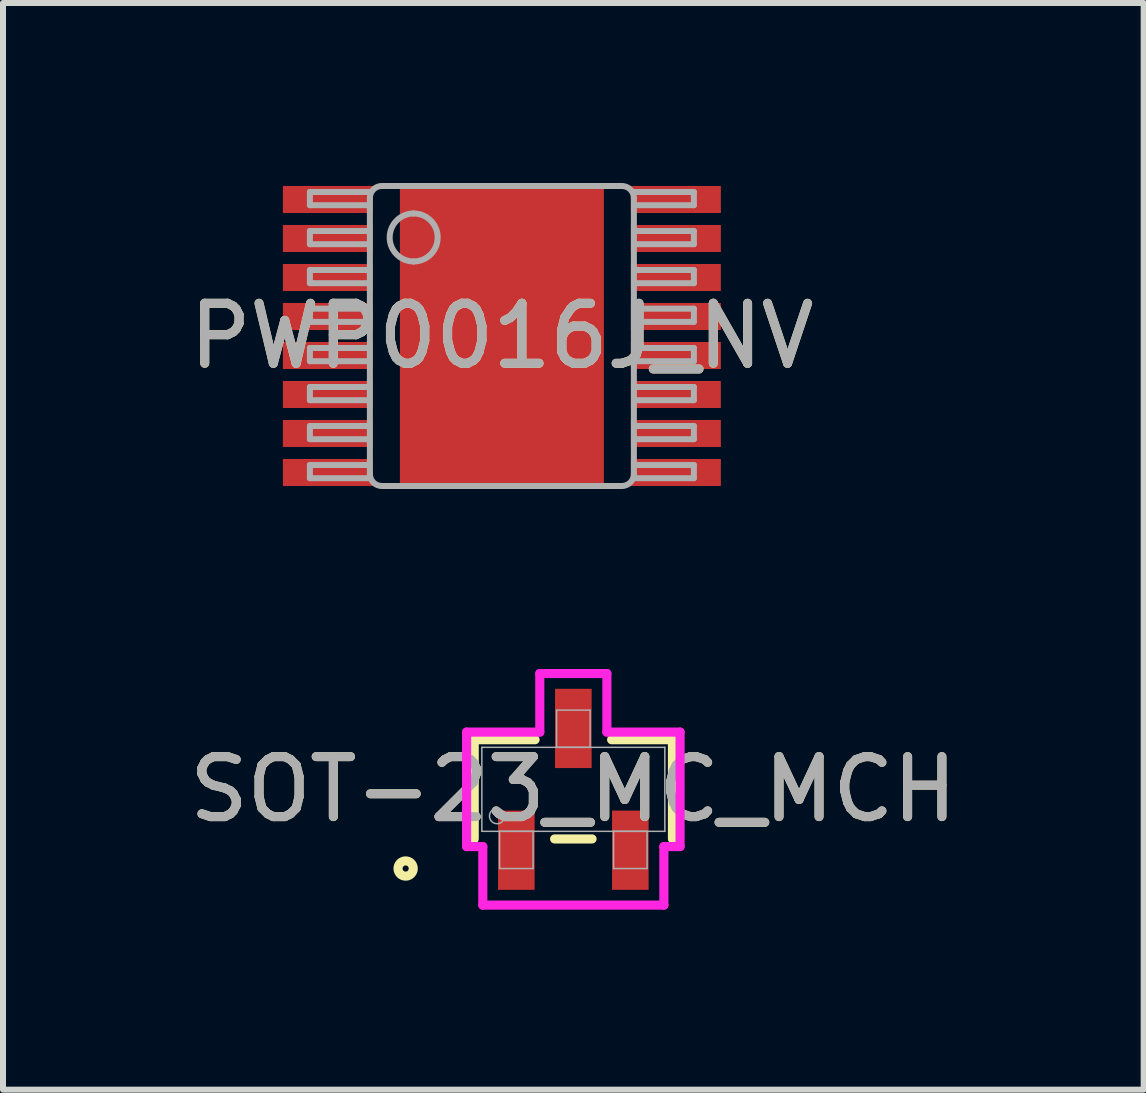
<source format=kicad_pcb>
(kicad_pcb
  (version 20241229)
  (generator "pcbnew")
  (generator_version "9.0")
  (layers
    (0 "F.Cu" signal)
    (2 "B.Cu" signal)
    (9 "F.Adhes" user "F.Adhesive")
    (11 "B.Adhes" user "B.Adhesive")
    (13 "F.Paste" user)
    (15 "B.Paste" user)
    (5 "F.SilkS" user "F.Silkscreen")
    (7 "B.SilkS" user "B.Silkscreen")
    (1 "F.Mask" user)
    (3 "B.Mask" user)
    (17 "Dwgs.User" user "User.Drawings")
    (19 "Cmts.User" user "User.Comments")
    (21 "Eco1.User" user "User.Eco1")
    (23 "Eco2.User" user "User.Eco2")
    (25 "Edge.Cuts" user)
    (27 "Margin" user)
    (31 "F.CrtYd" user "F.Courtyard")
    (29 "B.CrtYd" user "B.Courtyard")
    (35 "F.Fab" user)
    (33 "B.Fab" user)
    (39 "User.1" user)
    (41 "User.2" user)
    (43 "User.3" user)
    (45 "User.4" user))
  (footprint "SOT-23_MC_MCH"
    (layer "F.Cu")
    (at 6.506 10.106)
    (property "Reference" "SOT-23_MC_MCH" (at 0 0 0) (unlocked yes) (layer "F.SilkS") (effects (font (size 1 1) (thickness 0.15))))
    (attr smd)
    (fp_line (start -1.652 -0.827) (end -1.652 0.827) (stroke (width 0.152) (type solid)) (layer "F.SilkS"))
    (fp_line (start -0.638 -0.827) (end -1.652 -0.827) (stroke (width 0.152) (type solid)) (layer "F.SilkS"))
    (fp_line (start -0.312 0.827) (end 0.312 0.827) (stroke (width 0.152) (type solid)) (layer "F.SilkS"))
    (fp_line (start 1.652 -0.827) (end 0.638 -0.827) (stroke (width 0.152) (type solid)) (layer "F.SilkS"))
    (fp_line (start 1.652 0.827) (end 1.652 -0.827) (stroke (width 0.152) (type solid)) (layer "F.SilkS"))
    (fp_circle (center -2.795 1.32) (end -2.668 1.32) (stroke (width 0.152) (type solid)) (fill no) (layer "F.SilkS"))
    (fp_line (start -1.779 -0.954) (end -0.559 -0.954) (stroke (width 0.152) (type solid)) (layer "F.CrtYd"))
    (fp_line (start -1.779 0.954) (end -1.779 -0.954) (stroke (width 0.152) (type solid)) (layer "F.CrtYd"))
    (fp_line (start -1.779 0.954) (end -1.509 0.954) (stroke (width 0.152) (type solid)) (layer "F.CrtYd"))
    (fp_line (start -1.509 0.954) (end -1.509 1.93) (stroke (width 0.152) (type solid)) (layer "F.CrtYd"))
    (fp_line (start -1.509 1.93) (end 1.509 1.93) (stroke (width 0.152) (type solid)) (layer "F.CrtYd"))
    (fp_line (start -0.559 -1.93) (end 0.559 -1.93) (stroke (width 0.152) (type solid)) (layer "F.CrtYd"))
    (fp_line (start -0.559 -0.954) (end -0.559 -1.93) (stroke (width 0.152) (type solid)) (layer "F.CrtYd"))
    (fp_line (start 0.559 -0.954) (end 0.559 -1.93) (stroke (width 0.152) (type solid)) (layer "F.CrtYd"))
    (fp_line (start 1.509 0.954) (end 1.509 1.93) (stroke (width 0.152) (type solid)) (layer "F.CrtYd"))
    (fp_line (start 1.779 -0.954) (end 0.559 -0.954) (stroke (width 0.152) (type solid)) (layer "F.CrtYd"))
    (fp_line (start 1.779 -0.954) (end 1.779 0.954) (stroke (width 0.152) (type solid)) (layer "F.CrtYd"))
    (fp_line (start 1.779 0.954) (end 1.509 0.954) (stroke (width 0.152) (type solid)) (layer "F.CrtYd"))
    (fp_line (start -1.525 -0.7) (end -1.525 0.7) (stroke (width 0.025) (type solid)) (layer "F.Fab"))
    (fp_line (start -1.525 0.7) (end 1.525 0.7) (stroke (width 0.025) (type solid)) (layer "F.Fab"))
    (fp_line (start -1.229 0.7) (end -1.229 1.32) (stroke (width 0.025) (type solid)) (layer "F.Fab"))
    (fp_line (start -1.229 1.32) (end -0.671 1.32) (stroke (width 0.025) (type solid)) (layer "F.Fab"))
    (fp_line (start -0.671 0.7) (end -1.229 0.7) (stroke (width 0.025) (type solid)) (layer "F.Fab"))
    (fp_line (start -0.671 1.32) (end -0.671 0.7) (stroke (width 0.025) (type solid)) (layer "F.Fab"))
    (fp_line (start -0.279 -1.32) (end -0.279 -0.7) (stroke (width 0.025) (type solid)) (layer "F.Fab"))
    (fp_line (start -0.279 -0.7) (end 0.279 -0.7) (stroke (width 0.025) (type solid)) (layer "F.Fab"))
    (fp_line (start 0.279 -1.32) (end -0.279 -1.32) (stroke (width 0.025) (type solid)) (layer "F.Fab"))
    (fp_line (start 0.279 -0.7) (end 0.279 -1.32) (stroke (width 0.025) (type solid)) (layer "F.Fab"))
    (fp_line (start 0.671 0.7) (end 0.671 1.32) (stroke (width 0.025) (type solid)) (layer "F.Fab"))
    (fp_line (start 0.671 1.32) (end 1.229 1.32) (stroke (width 0.025) (type solid)) (layer "F.Fab"))
    (fp_line (start 1.229 0.7) (end 0.671 0.7) (stroke (width 0.025) (type solid)) (layer "F.Fab"))
    (fp_line (start 1.229 1.32) (end 1.229 0.7) (stroke (width 0.025) (type solid)) (layer "F.Fab"))
    (fp_line (start 1.525 -0.7) (end -1.525 -0.7) (stroke (width 0.025) (type solid)) (layer "F.Fab"))
    (fp_line (start 1.525 0.7) (end 1.525 -0.7) (stroke (width 0.025) (type solid)) (layer "F.Fab"))
    (fp_circle (center -1.271 0.446) (end -1.144 0.446) (stroke (width 0.025) (type solid)) (fill no) (layer "F.Fab"))
    (fp_text user "${REFERENCE}" (at 0 0 0) (unlocked yes) (layer "F.Fab") (effects (font (size 1 1) (thickness 0.15))))
    (pad "1" smd rect (at -0.95 1.015) (size 0.61 1.321) (layers "F.Cu" "F.Mask" "F.Paste"))
    (pad "2" smd rect (at 0.95 1.015) (size 0.61 1.321) (layers "F.Cu" "F.Mask" "F.Paste"))
    (pad "3" smd rect (at 0 -1.015) (size 0.61 1.321) (layers "F.Cu" "F.Mask" "F.Paste")))
  (footprint "PWP0016J_NV"
    (layer "F.Cu")
    (at 5.315 2.55)
    (property "Reference" "PWP0016J_NV" (at 0 0 0) (unlocked yes) (layer "F.SilkS") (effects (font (size 1 1) (thickness 0.15))))
    (attr smd)
    (fp_poly (pts (xy -1.23 1.726) (xy -1.23 -1.726) (xy -1.229 -1.735) (xy -1.226 -1.745) (xy -1.222 -1.753) (xy -1.216 -1.761) (xy -1.208 -1.767) (xy -1.2 -1.771) (xy -1.19 -1.774) (xy -1.181 -1.775) (xy 1.181 -1.775) (xy 1.19 -1.774) (xy 1.2 -1.771) (xy 1.208 -1.767) (xy 1.216 -1.761) (xy 1.222 -1.753) (xy 1.226 -1.745) (xy 1.229 -1.735) (xy 1.23 -1.726) (xy 1.23 1.726) (xy 1.229 1.735) (xy 1.226 1.745) (xy 1.222 1.753) (xy 1.216 1.761) (xy 1.208 1.767) (xy 1.2 1.771) (xy 1.19 1.774) (xy 1.181 1.775) (xy -1.181 1.775) (xy -1.19 1.774) (xy -1.2 1.771) (xy -1.208 1.767) (xy -1.216 1.761) (xy -1.222 1.753) (xy -1.226 1.745) (xy -1.229 1.735)) (stroke (width 0) (type solid)) (fill yes) (layer "F.Mask"))
    (fp_poly (pts (xy -1.23 1.726) (xy -1.23 -1.726) (xy -1.229 -1.735) (xy -1.226 -1.745) (xy -1.222 -1.753) (xy -1.216 -1.761) (xy -1.208 -1.767) (xy -1.2 -1.771) (xy -1.19 -1.774) (xy -1.181 -1.775) (xy 1.181 -1.775) (xy 1.19 -1.774) (xy 1.2 -1.771) (xy 1.208 -1.767) (xy 1.216 -1.761) (xy 1.222 -1.753) (xy 1.226 -1.745) (xy 1.229 -1.735) (xy 1.23 -1.726) (xy 1.23 1.726) (xy 1.229 1.735) (xy 1.226 1.745) (xy 1.222 1.753) (xy 1.216 1.761) (xy 1.208 1.767) (xy 1.2 1.771) (xy 1.19 1.774) (xy 1.181 1.775) (xy -1.181 1.775) (xy -1.19 1.774) (xy -1.2 1.771) (xy -1.208 1.767) (xy -1.216 1.761) (xy -1.222 1.753) (xy -1.226 1.745) (xy -1.229 1.735)) (stroke (width 0) (type solid)) (fill yes) (layer "F.Paste"))
    (fp_line (start -3.2 -2.4) (end -2.216 -2.4) (stroke (width 0.1) (type solid)) (layer "F.Fab"))
    (fp_line (start -3.2 -2.18) (end -3.2 -2.4) (stroke (width 0.1) (type solid)) (layer "F.Fab"))
    (fp_line (start -3.2 -2.18) (end -2.216 -2.18) (stroke (width 0.1) (type solid)) (layer "F.Fab"))
    (fp_line (start -3.2 -1.75) (end -2.216 -1.75) (stroke (width 0.1) (type solid)) (layer "F.Fab"))
    (fp_line (start -3.2 -1.53) (end -3.2 -1.75) (stroke (width 0.1) (type solid)) (layer "F.Fab"))
    (fp_line (start -3.2 -1.53) (end -2.216 -1.53) (stroke (width 0.1) (type solid)) (layer "F.Fab"))
    (fp_line (start -3.2 -1.1) (end -2.216 -1.1) (stroke (width 0.1) (type solid)) (layer "F.Fab"))
    (fp_line (start -3.2 -0.88) (end -3.2 -1.1) (stroke (width 0.1) (type solid)) (layer "F.Fab"))
    (fp_line (start -3.2 -0.88) (end -2.216 -0.88) (stroke (width 0.1) (type solid)) (layer "F.Fab"))
    (fp_line (start -3.2 -0.455) (end -2.216 -0.455) (stroke (width 0.1) (type solid)) (layer "F.Fab"))
    (fp_line (start -3.2 -0.235) (end -3.2 -0.455) (stroke (width 0.1) (type solid)) (layer "F.Fab"))
    (fp_line (start -3.2 -0.235) (end -2.216 -0.235) (stroke (width 0.1) (type solid)) (layer "F.Fab"))
    (fp_line (start -3.2 0.2) (end -2.216 0.2) (stroke (width 0.1) (type solid)) (layer "F.Fab"))
    (fp_line (start -3.2 0.42) (end -3.2 0.2) (stroke (width 0.1) (type solid)) (layer "F.Fab"))
    (fp_line (start -3.2 0.42) (end -2.216 0.42) (stroke (width 0.1) (type solid)) (layer "F.Fab"))
    (fp_line (start -3.2 0.85) (end -2.216 0.85) (stroke (width 0.1) (type solid)) (layer "F.Fab"))
    (fp_line (start -3.2 1.07) (end -3.2 0.85) (stroke (width 0.1) (type solid)) (layer "F.Fab"))
    (fp_line (start -3.2 1.07) (end -2.216 1.07) (stroke (width 0.1) (type solid)) (layer "F.Fab"))
    (fp_line (start -3.2 1.5) (end -2.216 1.5) (stroke (width 0.1) (type solid)) (layer "F.Fab"))
    (fp_line (start -3.2 1.72) (end -3.2 1.5) (stroke (width 0.1) (type solid)) (layer "F.Fab"))
    (fp_line (start -3.2 1.72) (end -2.216 1.72) (stroke (width 0.1) (type solid)) (layer "F.Fab"))
    (fp_line (start -3.2 2.15) (end -2.216 2.15) (stroke (width 0.1) (type solid)) (layer "F.Fab"))
    (fp_line (start -3.2 2.37) (end -3.2 2.15) (stroke (width 0.1) (type solid)) (layer "F.Fab"))
    (fp_line (start -3.2 2.37) (end -2.216 2.37) (stroke (width 0.1) (type solid)) (layer "F.Fab"))
    (fp_line (start -2.2 2.3) (end -2.2 -2.3) (stroke (width 0.1) (type solid)) (layer "F.Fab"))
    (fp_line (start -2 -2.5) (end 2 -2.5) (stroke (width 0.1) (type solid)) (layer "F.Fab"))
    (fp_line (start -2 2.5) (end 2 2.5) (stroke (width 0.1) (type solid)) (layer "F.Fab"))
    (fp_line (start 2.2 2.3) (end 2.2 -2.3) (stroke (width 0.1) (type solid)) (layer "F.Fab"))
    (fp_line (start 2.216 -2.4) (end 3.2 -2.4) (stroke (width 0.1) (type solid)) (layer "F.Fab"))
    (fp_line (start 2.216 -2.18) (end 3.2 -2.18) (stroke (width 0.1) (type solid)) (layer "F.Fab"))
    (fp_line (start 2.216 -1.75) (end 3.2 -1.75) (stroke (width 0.1) (type solid)) (layer "F.Fab"))
    (fp_line (start 2.216 -1.53) (end 3.2 -1.53) (stroke (width 0.1) (type solid)) (layer "F.Fab"))
    (fp_line (start 2.216 -1.1) (end 3.2 -1.1) (stroke (width 0.1) (type solid)) (layer "F.Fab"))
    (fp_line (start 2.216 -0.88) (end 3.2 -0.88) (stroke (width 0.1) (type solid)) (layer "F.Fab"))
    (fp_line (start 2.216 -0.455) (end 3.2 -0.455) (stroke (width 0.1) (type solid)) (layer "F.Fab"))
    (fp_line (start 2.216 -0.235) (end 3.2 -0.235) (stroke (width 0.1) (type solid)) (layer "F.Fab"))
    (fp_line (start 2.216 0.2) (end 3.2 0.2) (stroke (width 0.1) (type solid)) (layer "F.Fab"))
    (fp_line (start 2.216 0.42) (end 3.2 0.42) (stroke (width 0.1) (type solid)) (layer "F.Fab"))
    (fp_line (start 2.216 0.85) (end 3.2 0.85) (stroke (width 0.1) (type solid)) (layer "F.Fab"))
    (fp_line (start 2.216 1.07) (end 3.2 1.07) (stroke (width 0.1) (type solid)) (layer "F.Fab"))
    (fp_line (start 2.216 1.5) (end 3.2 1.5) (stroke (width 0.1) (type solid)) (layer "F.Fab"))
    (fp_line (start 2.216 1.72) (end 3.2 1.72) (stroke (width 0.1) (type solid)) (layer "F.Fab"))
    (fp_line (start 2.216 2.15) (end 3.2 2.15) (stroke (width 0.1) (type solid)) (layer "F.Fab"))
    (fp_line (start 2.216 2.37) (end 3.2 2.37) (stroke (width 0.1) (type solid)) (layer "F.Fab"))
    (fp_line (start 3.2 -2.18) (end 3.2 -2.4) (stroke (width 0.1) (type solid)) (layer "F.Fab"))
    (fp_line (start 3.2 -1.53) (end 3.2 -1.75) (stroke (width 0.1) (type solid)) (layer "F.Fab"))
    (fp_line (start 3.2 -0.88) (end 3.2 -1.1) (stroke (width 0.1) (type solid)) (layer "F.Fab"))
    (fp_line (start 3.2 -0.235) (end 3.2 -0.455) (stroke (width 0.1) (type solid)) (layer "F.Fab"))
    (fp_line (start 3.2 0.42) (end 3.2 0.2) (stroke (width 0.1) (type solid)) (layer "F.Fab"))
    (fp_line (start 3.2 1.07) (end 3.2 0.85) (stroke (width 0.1) (type solid)) (layer "F.Fab"))
    (fp_line (start 3.2 1.72) (end 3.2 1.5) (stroke (width 0.1) (type solid)) (layer "F.Fab"))
    (fp_line (start 3.2 2.37) (end 3.2 2.15) (stroke (width 0.1) (type solid)) (layer "F.Fab"))
    (fp_arc (start -2.200001 -2.3) (mid -2.141422 -2.441422) (end -2.000001 -2.5) (stroke (width 0.1) (type solid)) (layer "F.Fab"))
    (fp_arc (start -2.000001 2.5) (mid -2.141422 2.441422) (end -2.200001 2.3) (stroke (width 0.1) (type solid)) (layer "F.Fab"))
    (fp_arc (start -1.470139 -2.041987) (mid -1.07014 -1.641988) (end -1.470139 -1.241989) (stroke (width 0.1) (type solid)) (layer "F.Fab"))
    (fp_arc (start -1.470139 -1.241989) (mid -1.870139 -1.641988) (end -1.470139 -2.041987) (stroke (width 0.1) (type solid)) (layer "F.Fab"))
    (fp_arc (start 2.000001 -2.5) (mid 2.141422 -2.441422) (end 2.200001 -2.3) (stroke (width 0.1) (type solid)) (layer "F.Fab"))
    (fp_arc (start 2.200001 2.3) (mid 2.141422 2.441422) (end 2.000001 2.5) (stroke (width 0.1) (type solid)) (layer "F.Fab"))
    (fp_text user "${REFERENCE}" (at 0 0 0) (unlocked yes) (layer "F.Fab") (effects (font (size 1 1) (thickness 0.15))))
    (pad "1" smd rect (at -2.9 -2.275 90) (size 0.45 1.5) (layers "F.Cu" "F.Mask" "F.Paste"))
    (pad "2" smd rect (at -2.9 -1.625 90) (size 0.45 1.5) (layers "F.Cu" "F.Mask" "F.Paste"))
    (pad "3" smd rect (at -2.9 -0.975 90) (size 0.45 1.5) (layers "F.Cu" "F.Mask" "F.Paste"))
    (pad "4" smd rect (at -2.9 -0.325 90) (size 0.45 1.5) (layers "F.Cu" "F.Mask" "F.Paste"))
    (pad "5" smd rect (at -2.9 0.325 90) (size 0.45 1.5) (layers "F.Cu" "F.Mask" "F.Paste"))
    (pad "6" smd rect (at -2.9 0.975 90) (size 0.45 1.5) (layers "F.Cu" "F.Mask" "F.Paste"))
    (pad "7" smd rect (at -2.9 1.625 90) (size 0.45 1.5) (layers "F.Cu" "F.Mask" "F.Paste"))
    (pad "8" smd rect (at -2.9 2.275 90) (size 0.45 1.5) (layers "F.Cu" "F.Mask" "F.Paste"))
    (pad "9" smd rect (at 2.9 2.275 90) (size 0.45 1.5) (layers "F.Cu" "F.Mask" "F.Paste"))
    (pad "10" smd rect (at 2.9 1.625 90) (size 0.45 1.5) (layers "F.Cu" "F.Mask" "F.Paste"))
    (pad "11" smd rect (at 2.9 0.975 90) (size 0.45 1.5) (layers "F.Cu" "F.Mask" "F.Paste"))
    (pad "12" smd rect (at 2.9 0.325 90) (size 0.45 1.5) (layers "F.Cu" "F.Mask" "F.Paste"))
    (pad "13" smd rect (at 2.9 -0.325 90) (size 0.45 1.5) (layers "F.Cu" "F.Mask" "F.Paste"))
    (pad "14" smd rect (at 2.9 -0.975 90) (size 0.45 1.5) (layers "F.Cu" "F.Mask" "F.Paste"))
    (pad "15" smd rect (at 2.9 -1.625 90) (size 0.45 1.5) (layers "F.Cu" "F.Mask" "F.Paste"))
    (pad "16" smd rect (at 2.9 -2.275 90) (size 0.45 1.5) (layers "F.Cu" "F.Mask" "F.Paste"))
    (pad "17" smd rect (at 0 0) (size 3.4 5) (layers "F.Cu" "F.Mask" "F.Paste")))
  (gr_rect
    (start -3 -3)
    (end 16.012 15.112)
    (stroke (width 0.1) (type default))
    (fill no)
    (layer "Edge.Cuts")))
</source>
